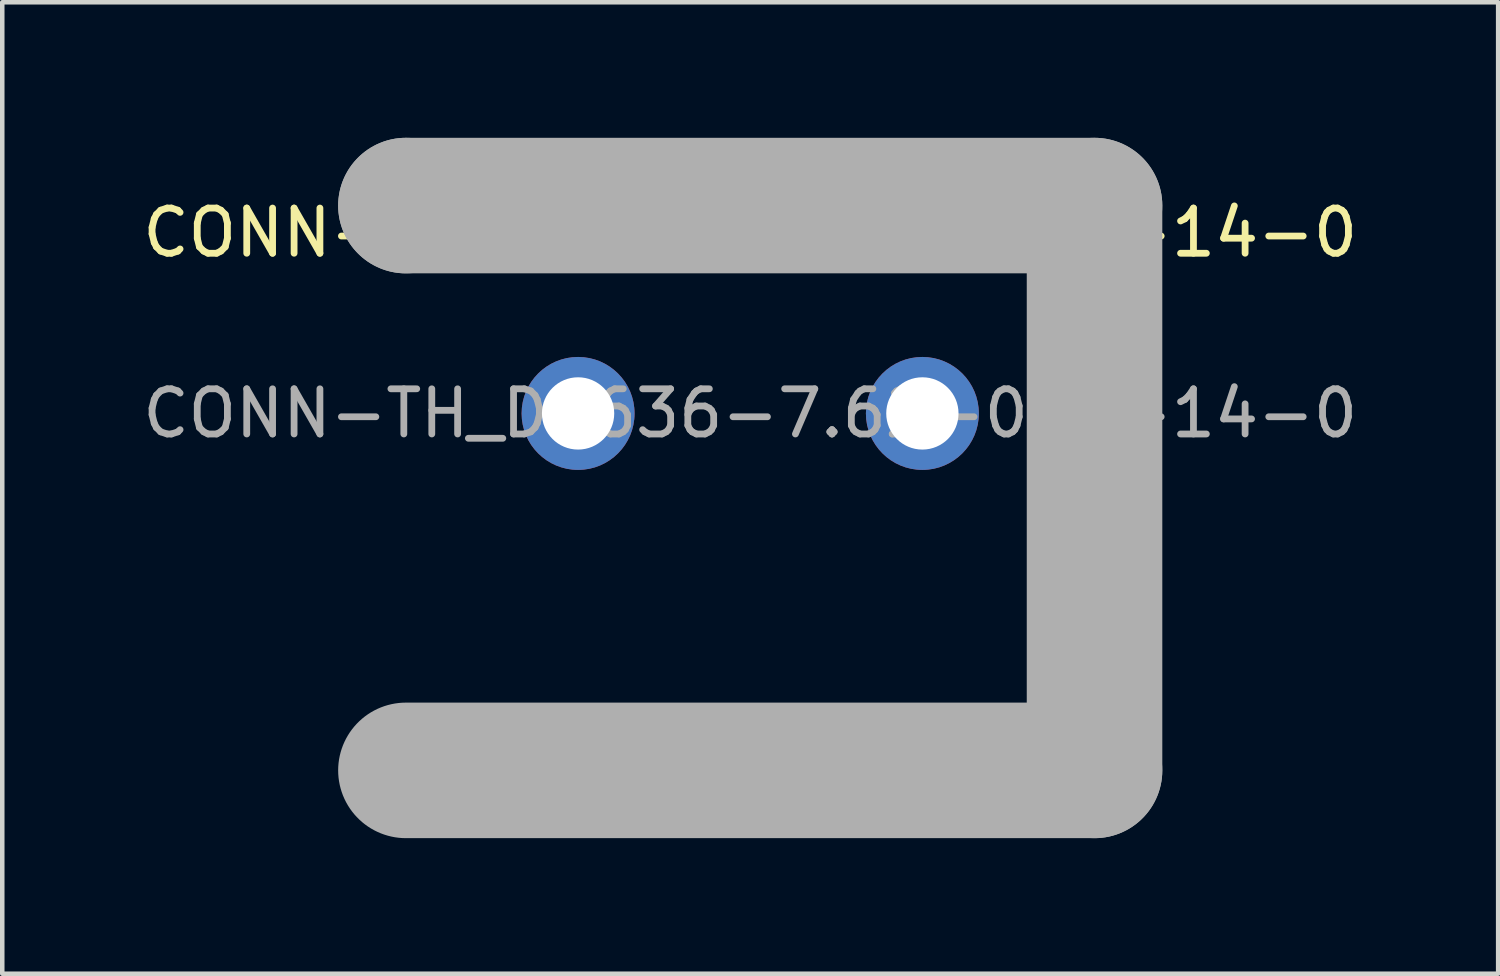
<source format=kicad_pcb>
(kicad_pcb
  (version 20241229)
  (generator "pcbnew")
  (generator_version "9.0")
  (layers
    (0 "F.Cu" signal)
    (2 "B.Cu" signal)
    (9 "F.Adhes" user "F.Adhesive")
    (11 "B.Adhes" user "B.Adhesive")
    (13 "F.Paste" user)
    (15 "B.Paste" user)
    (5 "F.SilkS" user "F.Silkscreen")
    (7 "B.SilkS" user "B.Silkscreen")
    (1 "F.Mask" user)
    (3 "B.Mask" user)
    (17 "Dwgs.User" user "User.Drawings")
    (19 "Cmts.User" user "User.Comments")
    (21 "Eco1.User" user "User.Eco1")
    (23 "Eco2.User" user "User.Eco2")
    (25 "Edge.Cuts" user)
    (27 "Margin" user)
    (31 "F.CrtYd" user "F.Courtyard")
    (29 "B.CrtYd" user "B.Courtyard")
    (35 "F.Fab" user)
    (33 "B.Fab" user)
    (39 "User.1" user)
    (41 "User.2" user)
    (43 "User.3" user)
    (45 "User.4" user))
  (footprint "CONN-TH_DG636-7.62-02P-14-0"
    (layer "F.Cu")
    (at 13.554 6.1)
    (property "Reference" "CONN-TH_DG636-7.62-02P-14-0" (at 0 -4 0) (layer "F.SilkS") (effects (font (size 1 1) (thickness 0.15))))
    (attr through_hole)
    (fp_line (start -7.62 6.58) (end 7.62 6.58) (stroke (width 0.25) (type solid)) (layer "F.SilkS"))
    (fp_line (start -7.62 -4.6) (end -7.62 -4.6) (stroke (width 3) (type solid)) (layer "F.Fab"))
    (fp_line (start -7.62 -4.6) (end 7.62 -4.6) (stroke (width 3) (type solid)) (layer "F.Fab"))
    (fp_line (start 7.62 -4.6) (end 7.62 7.9) (stroke (width 3) (type solid)) (layer "F.Fab"))
    (fp_line (start 7.62 7.9) (end -7.62 7.9) (stroke (width 3) (type solid)) (layer "F.Fab"))
    (fp_circle (center -7.75 8.03) (end -7.72 8.03) (stroke (width 0.06) (type solid)) (fill no) (layer "F.Fab"))
    (fp_circle (center -3.81 0) (end -3.46 0) (stroke (width 0.7) (type solid)) (fill no) (layer "F.Fab"))
    (fp_circle (center 3.81 0) (end 4.16 0) (stroke (width 0.7) (type solid)) (fill no) (layer "F.Fab"))
    (fp_text user "${REFERENCE}" (at 0 0 0) (layer "F.Fab") (effects (font (size 1 1) (thickness 0.15))))
    (pad "1" thru_hole circle (at -3.81 0) (size 2.5 2.5) (drill 1.6) (layers "*.Cu" "*.Mask"))
    (pad "2" thru_hole circle (at 3.81 0) (size 2.5 2.5) (drill 1.6) (layers "*.Cu" "*.Mask")))
  (gr_rect
    (start -3 -3)
    (end 30.107 18.5)
    (stroke (width 0.1) (type default))
    (fill no)
    (layer "Edge.Cuts")))
</source>
